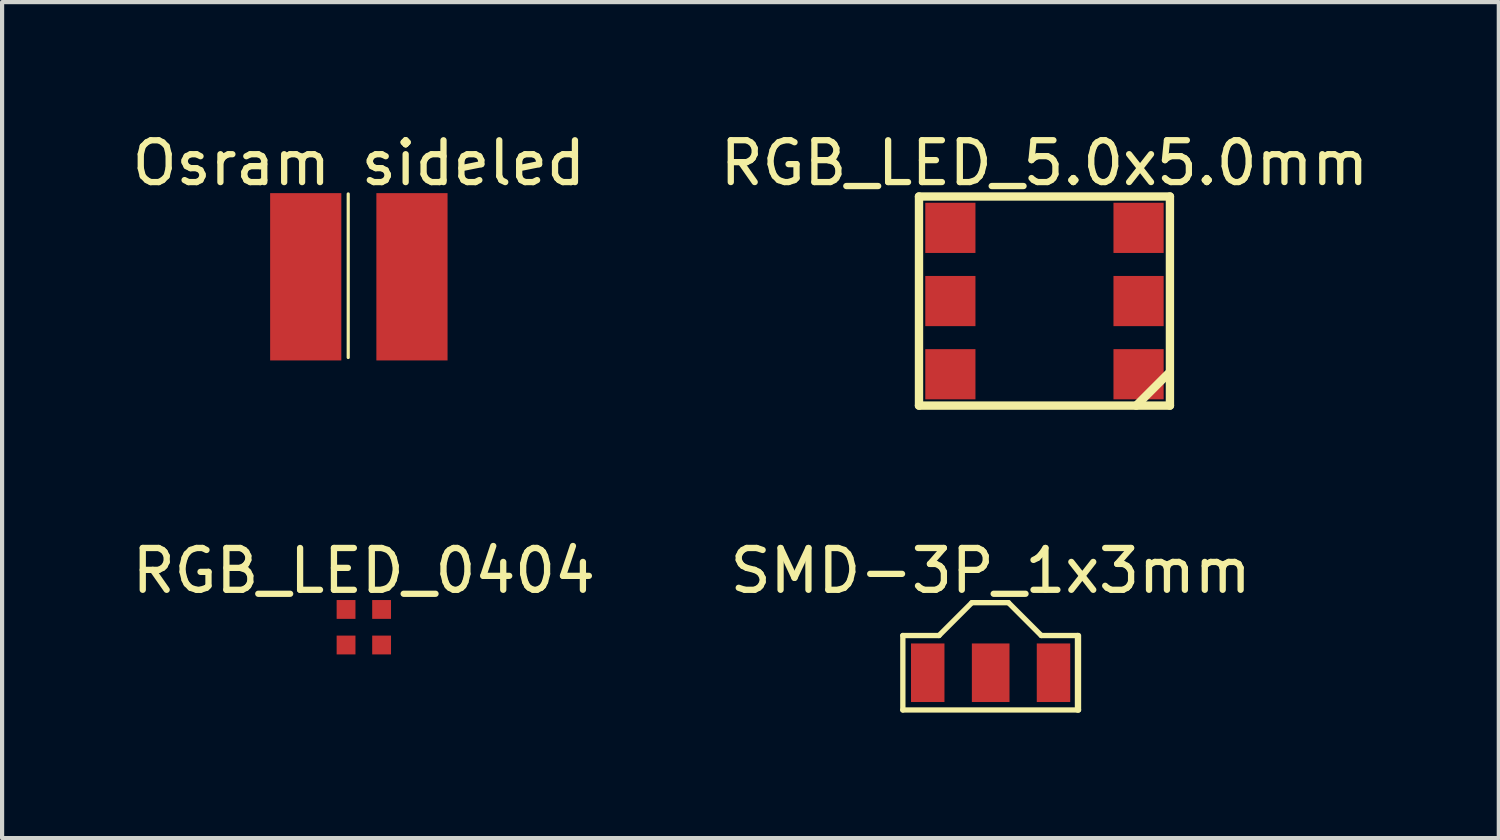
<source format=kicad_pcb>
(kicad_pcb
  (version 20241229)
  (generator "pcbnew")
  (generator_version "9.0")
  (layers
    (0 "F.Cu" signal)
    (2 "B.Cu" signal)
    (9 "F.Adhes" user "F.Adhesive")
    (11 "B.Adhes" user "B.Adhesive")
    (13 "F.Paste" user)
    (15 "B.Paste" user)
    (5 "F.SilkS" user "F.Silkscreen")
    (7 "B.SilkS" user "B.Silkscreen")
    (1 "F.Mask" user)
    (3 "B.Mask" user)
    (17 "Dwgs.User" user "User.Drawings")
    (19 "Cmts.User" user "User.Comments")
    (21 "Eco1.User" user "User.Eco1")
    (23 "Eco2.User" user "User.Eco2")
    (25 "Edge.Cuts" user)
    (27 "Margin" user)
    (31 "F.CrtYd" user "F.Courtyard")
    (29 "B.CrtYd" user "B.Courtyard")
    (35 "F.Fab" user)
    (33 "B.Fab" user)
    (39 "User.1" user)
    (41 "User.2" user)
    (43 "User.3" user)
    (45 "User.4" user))
  (footprint "Osram sideled"
    (layer "F.Cu")
    (at 5.53 3.568)
    (property "Reference" "Osram sideled" (at 0 -2.719 0) (layer "F.SilkS") (effects (font (size 1 1) (thickness 0.15))))
    (fp_line (start -0.254 1.93) (end -0.254 -1.981) (stroke (width 0.076) (type solid)) (layer "F.SilkS"))
    (pad "A" smd rect (at 1.27 0) (size 1.702 4) (layers "F.Cu" "F.Mask" "F.Paste"))
    (pad "K" smd rect (at -1.27 0) (size 1.702 4) (layers "F.Cu" "F.Mask" "F.Paste")))
  (footprint "RGB_LED_0404"
    (layer "F.Cu")
    (at 5.649 11.947)
    (property "Reference" "RGB_LED_0404" (at 0 -1.35 0) (layer "F.SilkS") (effects (font (size 1 1) (thickness 0.15))))
    (pad "1" smd rect (at 0.425 -0.425) (size 0.45 0.45) (layers "F.Cu" "F.Mask" "F.Paste"))
    (pad "2" smd rect (at 0.425 0.425) (size 0.45 0.45) (layers "F.Cu" "F.Mask" "F.Paste"))
    (pad "3" smd rect (at -0.425 0.425) (size 0.45 0.45) (layers "F.Cu" "F.Mask" "F.Paste"))
    (pad "4" smd rect (at -0.425 -0.425) (size 0.45 0.45) (layers "F.Cu" "F.Mask" "F.Paste")))
  (footprint "RGB_LED_5.0x5.0mm"
    (layer "F.Cu")
    (at 22.177 4.148)
    (property "Reference" "RGB_LED_5.0x5.0mm" (at -0.254 -3.3 0) (layer "F.SilkS") (effects (font (size 1 1) (thickness 0.15))))
    (fp_line (start -3.254 -2.5) (end 2.746 -2.5) (stroke (width 0.2) (type solid)) (layer "F.SilkS"))
    (fp_line (start -3.254 2.5) (end -3.254 -2.5) (stroke (width 0.2) (type solid)) (layer "F.SilkS"))
    (fp_line (start -3.254 2.5) (end 2.746 2.5) (stroke (width 0.2) (type solid)) (layer "F.SilkS"))
    (fp_line (start 1.94 2.5) (end 2.704 1.736) (stroke (width 0.2) (type solid)) (layer "F.SilkS"))
    (fp_line (start 2.746 2.5) (end 2.746 -2.5) (stroke (width 0.2) (type solid)) (layer "F.SilkS"))
    (pad "AB" smd rect (at -2.504 1.75 90) (size 1.2 1.2) (layers "F.Cu" "F.Mask" "F.Paste"))
    (pad "AG" smd rect (at -2.504 0 90) (size 1.2 1.2) (layers "F.Cu" "F.Mask" "F.Paste"))
    (pad "AR" smd rect (at -2.504 -1.75 90) (size 1.2 1.2) (layers "F.Cu" "F.Mask" "F.Paste"))
    (pad "KB" smd rect (at 1.996 1.75 90) (size 1.2 1.2) (layers "F.Cu" "F.Mask" "F.Paste"))
    (pad "KG" smd rect (at 1.996 0 90) (size 1.2 1.2) (layers "F.Cu" "F.Mask" "F.Paste"))
    (pad "KR" smd rect (at 1.996 -1.75 90) (size 1.2 1.2) (layers "F.Cu" "F.Mask" "F.Paste")))
  (footprint "SMD-3P_1x3mm"
    (layer "F.Cu")
    (at 20.637 13.035)
    (property "Reference" "SMD-3P_1x3mm" (at 0 -2.438 0) (layer "F.SilkS") (effects (font (size 1 1) (thickness 0.15))))
    (fp_line (start -2.1 -0.89) (end -1.235 -0.89) (stroke (width 0.127) (type solid)) (layer "F.SilkS"))
    (fp_line (start -2.1 0.89) (end -2.1 -0.89) (stroke (width 0.127) (type solid)) (layer "F.SilkS"))
    (fp_line (start -2.1 0.89) (end 2.1 0.89) (stroke (width 0.127) (type solid)) (layer "F.SilkS"))
    (fp_line (start -1.235 -0.89) (end -0.45 -1.675) (stroke (width 0.127) (type solid)) (layer "F.SilkS"))
    (fp_line (start -0.45 -1.675) (end 0.425 -1.675) (stroke (width 0.127) (type solid)) (layer "F.SilkS"))
    (fp_line (start 0.425 -1.675) (end 1.21 -0.89) (stroke (width 0.127) (type solid)) (layer "F.SilkS"))
    (fp_line (start 1.21 -0.89) (end 2.075 -0.89) (stroke (width 0.127) (type solid)) (layer "F.SilkS"))
    (fp_line (start 2.075 0.89) (end 2.075 -0.89) (stroke (width 0.127) (type solid)) (layer "F.SilkS"))
    (fp_line (start 2.1 0.89) (end 2.1 -0.89) (stroke (width 0.127) (type solid)) (layer "F.SilkS"))
    (pad "0" smd rect (at 0 0) (size 0.9 1.4) (layers "F.Cu" "F.Mask" "F.Paste"))
    (pad "C" smd rect (at 1.502 0) (size 0.8 1.4) (layers "F.Cu" "F.Mask" "F.Paste"))
    (pad "E" smd rect (at -1.505 0) (size 0.8 1.4) (layers "F.Cu" "F.Mask" "F.Paste")))
  (gr_rect
    (start -3 -3)
    (end 32.786 16.988)
    (stroke (width 0.1) (type default))
    (fill no)
    (layer "Edge.Cuts")))
</source>
